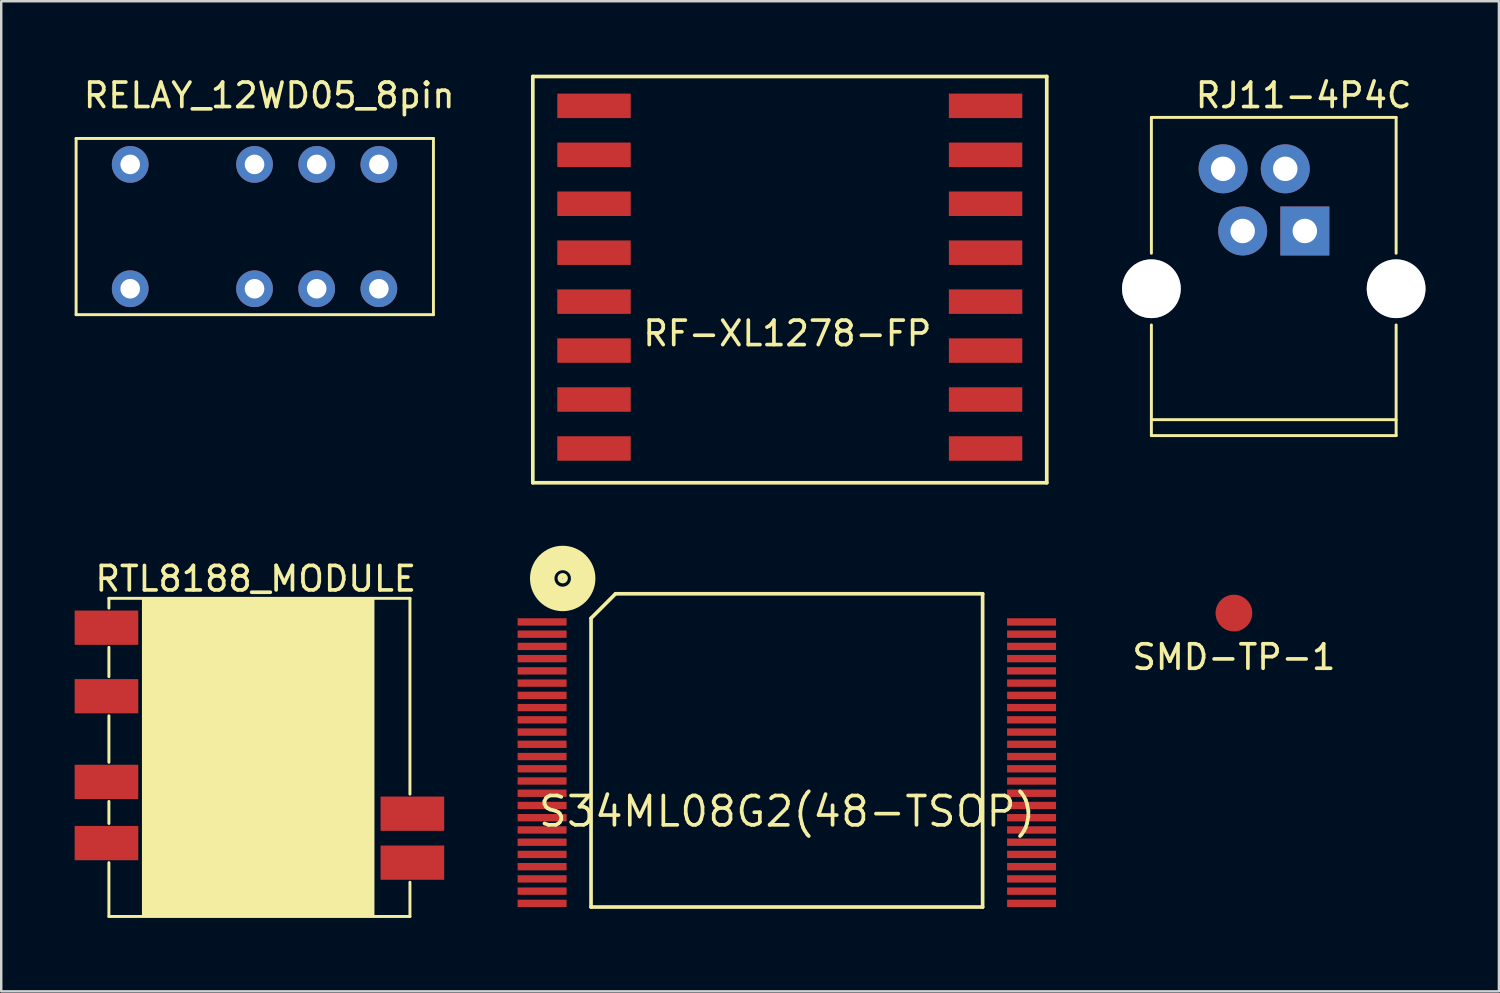
<source format=kicad_pcb>
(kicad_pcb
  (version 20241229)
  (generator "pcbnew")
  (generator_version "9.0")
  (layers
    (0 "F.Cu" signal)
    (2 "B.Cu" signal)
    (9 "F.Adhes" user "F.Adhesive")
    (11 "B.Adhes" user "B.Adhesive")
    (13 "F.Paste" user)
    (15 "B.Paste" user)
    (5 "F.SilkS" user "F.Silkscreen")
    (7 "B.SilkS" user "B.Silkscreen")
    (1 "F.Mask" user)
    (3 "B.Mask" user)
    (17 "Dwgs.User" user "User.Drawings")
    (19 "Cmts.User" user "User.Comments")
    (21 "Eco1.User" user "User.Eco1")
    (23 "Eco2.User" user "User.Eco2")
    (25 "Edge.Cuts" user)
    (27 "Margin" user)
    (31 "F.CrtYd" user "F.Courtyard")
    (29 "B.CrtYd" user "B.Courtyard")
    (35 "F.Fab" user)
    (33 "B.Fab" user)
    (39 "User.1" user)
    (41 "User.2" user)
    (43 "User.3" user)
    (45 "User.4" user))
  (footprint "SMD-TP-1"
    (layer "F.Cu")
    (at 47.368 20)
    (property "Reference" "SMD-TP-1" (at 0 3.8 0) (layer "F.SilkS") (effects (font (size 1 1) (thickness 0.15))))
    (attr through_hole)
    (pad "1" smd circle (at 0 2) (size 1.5 1.5) (layers "F.Cu" "F.Mask" "F.Paste")))
  (footprint "RJ11-4P4C"
    (layer "F.Cu")
    (at 49.336 8.238)
    (property "Reference" "RJ11-4P4C" (at 0.88 -7.39 0) (layer "F.SilkS") (effects (font (size 1 1) (thickness 0.15))))
    (attr through_hole)
    (fp_line (start -5.34 -6.49) (end 4.66 -6.49) (stroke (width 0.12) (type solid)) (layer "F.SilkS"))
    (fp_line (start -5.34 -0.94) (end -5.34 -6.49) (stroke (width 0.12) (type solid)) (layer "F.SilkS"))
    (fp_line (start -5.34 5.86) (end 4.66 5.86) (stroke (width 0.12) (type solid)) (layer "F.SilkS"))
    (fp_line (start -5.34 6.51) (end -5.34 1.99) (stroke (width 0.12) (type solid)) (layer "F.SilkS"))
    (fp_line (start -5.34 6.51) (end 4.66 6.51) (stroke (width 0.12) (type solid)) (layer "F.SilkS"))
    (fp_line (start 4.66 -0.94) (end 4.66 -6.49) (stroke (width 0.12) (type solid)) (layer "F.SilkS"))
    (fp_line (start 4.66 6.51) (end 4.66 1.99) (stroke (width 0.12) (type solid)) (layer "F.SilkS"))
    (pad "" thru_hole circle (at -5.34 0.51) (size 2.4 2.4) (drill 2.4) (layers "*.Cu" "*.Mask"))
    (pad "" thru_hole circle (at 4.66 0.51) (size 2.4 2.4) (drill 2.4) (layers "*.Cu" "*.Mask"))
    (pad "1" thru_hole rect (at 0.93 -1.85) (size 2 2) (drill 1) (layers "*.Cu" "*.Mask"))
    (pad "2" thru_hole circle (at 0.13 -4.39) (size 2 2) (drill 1) (layers "*.Cu" "*.Mask"))
    (pad "3" thru_hole circle (at -1.61 -1.85) (size 2 2) (drill 1) (layers "*.Cu" "*.Mask"))
    (pad "4" thru_hole circle (at -2.41 -4.39) (size 2 2) (drill 1) (layers "*.Cu" "*.Mask")))
  (footprint "S34ML08G2(48-TSOP)"
    (layer "F.Cu")
    (at 29.032 27.776)
    (property "Reference" "S34ML08G2(48-TSOP)" (at 0.08 2.33 180) (layer "F.SilkS") (effects (font (size 1.2 1.2) (thickness 0.15))))
    (attr through_hole)
    (fp_line (start -7.932 -5.564) (end -7.932 6.236) (stroke (width 0.15) (type solid)) (layer "F.SilkS"))
    (fp_line (start -7.932 6.236) (end 8.068 6.236) (stroke (width 0.15) (type solid)) (layer "F.SilkS"))
    (fp_line (start -6.932 -6.564) (end -7.932 -5.564) (stroke (width 0.15) (type solid)) (layer "F.SilkS"))
    (fp_line (start 8.068 -6.564) (end -6.932 -6.564) (stroke (width 0.15) (type solid)) (layer "F.SilkS"))
    (fp_line (start 8.068 6.236) (end 8.068 -6.564) (stroke (width 0.15) (type solid)) (layer "F.SilkS"))
    (fp_circle (center -9.09 -7.2) (end -9.04 -7.1) (stroke (width 0.2) (type solid)) (fill no) (layer "F.SilkS"))
    (fp_circle (center -9.09 -7.19) (end -8.92 -6.9) (stroke (width 1) (type solid)) (fill no) (layer "F.SilkS"))
    (pad "1" smd rect (at -9.932 -5.414 270) (size 0.3 2) (layers "F.Cu" "F.Mask" "F.Paste"))
    (pad "2" smd rect (at -9.932 -4.914 270) (size 0.3 2) (layers "F.Cu" "F.Mask" "F.Paste"))
    (pad "3" smd rect (at -9.932 -4.414 270) (size 0.3 2) (layers "F.Cu" "F.Mask" "F.Paste"))
    (pad "4" smd rect (at -9.932 -3.914 270) (size 0.3 2) (layers "F.Cu" "F.Mask" "F.Paste"))
    (pad "5" smd rect (at -9.932 -3.414 270) (size 0.3 2) (layers "F.Cu" "F.Mask" "F.Paste"))
    (pad "6" smd rect (at -9.932 -2.914 270) (size 0.3 2) (layers "F.Cu" "F.Mask" "F.Paste"))
    (pad "7" smd rect (at -9.932 -2.414 270) (size 0.3 2) (layers "F.Cu" "F.Mask" "F.Paste"))
    (pad "8" smd rect (at -9.932 -1.914 270) (size 0.3 2) (layers "F.Cu" "F.Mask" "F.Paste"))
    (pad "9" smd rect (at -9.932 -1.414 270) (size 0.3 2) (layers "F.Cu" "F.Mask" "F.Paste"))
    (pad "10" smd rect (at -9.932 -0.914 270) (size 0.3 2) (layers "F.Cu" "F.Mask" "F.Paste"))
    (pad "11" smd rect (at -9.932 -0.414 270) (size 0.3 2) (layers "F.Cu" "F.Mask" "F.Paste"))
    (pad "12" smd rect (at -9.932 0.086 270) (size 0.3 2) (layers "F.Cu" "F.Mask" "F.Paste"))
    (pad "13" smd rect (at -9.932 0.586 270) (size 0.3 2) (layers "F.Cu" "F.Mask" "F.Paste"))
    (pad "14" smd rect (at -9.932 1.086 270) (size 0.3 2) (layers "F.Cu" "F.Mask" "F.Paste"))
    (pad "15" smd rect (at -9.932 1.586 270) (size 0.3 2) (layers "F.Cu" "F.Mask" "F.Paste"))
    (pad "16" smd rect (at -9.932 2.086 270) (size 0.3 2) (layers "F.Cu" "F.Mask" "F.Paste"))
    (pad "17" smd rect (at -9.932 2.586 270) (size 0.3 2) (layers "F.Cu" "F.Mask" "F.Paste"))
    (pad "18" smd rect (at -9.932 3.086 270) (size 0.3 2) (layers "F.Cu" "F.Mask" "F.Paste"))
    (pad "19" smd rect (at -9.932 3.586 270) (size 0.3 2) (layers "F.Cu" "F.Mask" "F.Paste"))
    (pad "20" smd rect (at -9.932 4.086 270) (size 0.3 2) (layers "F.Cu" "F.Mask" "F.Paste"))
    (pad "21" smd rect (at -9.932 4.586 270) (size 0.3 2) (layers "F.Cu" "F.Mask" "F.Paste"))
    (pad "22" smd rect (at -9.932 5.086 270) (size 0.3 2) (layers "F.Cu" "F.Mask" "F.Paste"))
    (pad "23" smd rect (at -9.932 5.586 270) (size 0.3 2) (layers "F.Cu" "F.Mask" "F.Paste"))
    (pad "24" smd rect (at -9.932 6.086 270) (size 0.3 2) (layers "F.Cu" "F.Mask" "F.Paste"))
    (pad "25" smd rect (at 10.068 6.086 270) (size 0.3 2) (layers "F.Cu" "F.Mask" "F.Paste"))
    (pad "26" smd rect (at 10.068 5.586 270) (size 0.3 2) (layers "F.Cu" "F.Mask" "F.Paste"))
    (pad "27" smd rect (at 10.068 5.086 270) (size 0.3 2) (layers "F.Cu" "F.Mask" "F.Paste"))
    (pad "28" smd rect (at 10.068 4.586 270) (size 0.3 2) (layers "F.Cu" "F.Mask" "F.Paste"))
    (pad "29" smd rect (at 10.068 4.086 270) (size 0.3 2) (layers "F.Cu" "F.Mask" "F.Paste"))
    (pad "30" smd rect (at 10.068 3.586 270) (size 0.3 2) (layers "F.Cu" "F.Mask" "F.Paste"))
    (pad "31" smd rect (at 10.068 3.086 270) (size 0.3 2) (layers "F.Cu" "F.Mask" "F.Paste"))
    (pad "32" smd rect (at 10.068 2.586 270) (size 0.3 2) (layers "F.Cu" "F.Mask" "F.Paste"))
    (pad "33" smd rect (at 10.068 2.086 270) (size 0.3 2) (layers "F.Cu" "F.Mask" "F.Paste"))
    (pad "34" smd rect (at 10.068 1.586 270) (size 0.3 2) (layers "F.Cu" "F.Mask" "F.Paste"))
    (pad "35" smd rect (at 10.068 1.086 270) (size 0.3 2) (layers "F.Cu" "F.Mask" "F.Paste"))
    (pad "36" smd rect (at 10.068 0.586 270) (size 0.3 2) (layers "F.Cu" "F.Mask" "F.Paste"))
    (pad "37" smd rect (at 10.068 0.086 270) (size 0.3 2) (layers "F.Cu" "F.Mask" "F.Paste"))
    (pad "38" smd rect (at 10.068 -0.414 270) (size 0.3 2) (layers "F.Cu" "F.Mask" "F.Paste"))
    (pad "39" smd rect (at 10.068 -0.914 270) (size 0.3 2) (layers "F.Cu" "F.Mask" "F.Paste"))
    (pad "40" smd rect (at 10.068 -1.414 270) (size 0.3 2) (layers "F.Cu" "F.Mask" "F.Paste"))
    (pad "41" smd rect (at 10.068 -1.914 270) (size 0.3 2) (layers "F.Cu" "F.Mask" "F.Paste"))
    (pad "42" smd rect (at 10.068 -2.414 270) (size 0.3 2) (layers "F.Cu" "F.Mask" "F.Paste"))
    (pad "43" smd rect (at 10.068 -2.914 270) (size 0.3 2) (layers "F.Cu" "F.Mask" "F.Paste"))
    (pad "44" smd rect (at 10.068 -3.414 270) (size 0.3 2) (layers "F.Cu" "F.Mask" "F.Paste"))
    (pad "45" smd rect (at 10.068 -3.914 270) (size 0.3 2) (layers "F.Cu" "F.Mask" "F.Paste"))
    (pad "46" smd rect (at 10.068 -4.414 270) (size 0.3 2) (layers "F.Cu" "F.Mask" "F.Paste"))
    (pad "47" smd rect (at 10.068 -4.914 270) (size 0.3 2) (layers "F.Cu" "F.Mask" "F.Paste"))
    (pad "48" smd rect (at 10.068 -5.414 270) (size 0.3 2) (layers "F.Cu" "F.Mask" "F.Paste")))
  (footprint "RF-XL1278-FP"
    (layer "F.Cu")
    (at 37.221 15.275)
    (property "Reference" "RF-XL1278-FP" (at -8.1 -4.7 0) (layer "F.SilkS") (effects (font (size 1 1) (thickness 0.15))))
    (attr through_hole)
    (fp_line (start -18.5 -15.2) (end -18.5 1.4) (stroke (width 0.15) (type solid)) (layer "F.SilkS"))
    (fp_line (start 2.5 -15.2) (end -18.5 -15.2) (stroke (width 0.15) (type solid)) (layer "F.SilkS"))
    (fp_line (start 2.5 -15.2) (end 2.5 1.4) (stroke (width 0.15) (type solid)) (layer "F.SilkS"))
    (fp_line (start 2.5 1.4) (end -18.5 1.4) (stroke (width 0.15) (type solid)) (layer "F.SilkS"))
    (pad "1" smd rect (at 0 0) (size 3 1) (layers "F.Cu" "F.Paste"))
    (pad "2" smd rect (at 0 -2) (size 3 1) (layers "F.Cu" "F.Paste"))
    (pad "3" smd rect (at 0 -4) (size 3 1) (layers "F.Cu" "F.Paste"))
    (pad "4" smd rect (at 0 -6) (size 3 1) (layers "F.Cu" "F.Paste"))
    (pad "5" smd rect (at 0 -8) (size 3 1) (layers "F.Cu" "F.Paste"))
    (pad "6" smd rect (at 0 -10) (size 3 1) (layers "F.Cu" "F.Paste"))
    (pad "7" smd rect (at 0 -12) (size 3 1) (layers "F.Cu" "F.Paste"))
    (pad "8" smd rect (at 0 -14) (size 3 1) (layers "F.Cu" "F.Paste"))
    (pad "9" smd rect (at -16 -14) (size 3 1) (layers "F.Cu" "F.Paste"))
    (pad "10" smd rect (at -16 -12) (size 3 1) (layers "F.Cu" "F.Paste"))
    (pad "11" smd rect (at -16 -10) (size 3 1) (layers "F.Cu" "F.Paste"))
    (pad "12" smd rect (at -16 -8) (size 3 1) (layers "F.Cu" "F.Paste"))
    (pad "13" smd rect (at -16 -6) (size 3 1) (layers "F.Cu" "F.Paste"))
    (pad "14" smd rect (at -16 -4) (size 3 1) (layers "F.Cu" "F.Paste"))
    (pad "15" smd rect (at -16 -2) (size 3 1) (layers "F.Cu" "F.Paste"))
    (pad "16" smd rect (at -16 0) (size 3 1) (layers "F.Cu" "F.Paste")))
  (footprint "RELAY_12WD05_8pin"
    (layer "F.Cu")
    (at 7.95 6.138)
    (property "Reference" "RELAY_12WD05_8pin" (at 0 -5.29 0) (layer "F.SilkS") (effects (font (size 1 1) (thickness 0.15))))
    (attr through_hole)
    (fp_line (start -7.89 -3.53) (end 6.71 -3.53) (stroke (width 0.12) (type solid)) (layer "F.SilkS"))
    (fp_line (start -7.89 3.67) (end -7.89 -3.53) (stroke (width 0.12) (type solid)) (layer "F.SilkS"))
    (fp_line (start -7.89 3.67) (end 6.71 3.67) (stroke (width 0.12) (type solid)) (layer "F.SilkS"))
    (fp_line (start 6.71 3.67) (end 6.71 -3.53) (stroke (width 0.12) (type solid)) (layer "F.SilkS"))
    (pad "1" thru_hole circle (at -5.68 2.61) (size 1.5 1.5) (drill 0.8) (layers "*.Cu" "*.Mask"))
    (pad "3" thru_hole circle (at -0.6 2.61) (size 1.5 1.5) (drill 0.8) (layers "*.Cu" "*.Mask"))
    (pad "4" thru_hole circle (at 1.94 2.61) (size 1.5 1.5) (drill 0.8) (layers "*.Cu" "*.Mask"))
    (pad "5" thru_hole circle (at 4.48 2.61) (size 1.5 1.5) (drill 0.8) (layers "*.Cu" "*.Mask"))
    (pad "8" thru_hole circle (at 4.48 -2.47) (size 1.5 1.5) (drill 0.8) (layers "*.Cu" "*.Mask"))
    (pad "9" thru_hole circle (at 1.94 -2.47) (size 1.5 1.5) (drill 0.8) (layers "*.Cu" "*.Mask"))
    (pad "10" thru_hole circle (at -0.6 -2.47) (size 1.5 1.5) (drill 0.8) (layers "*.Cu" "*.Mask"))
    (pad "12" thru_hole circle (at -5.68 -2.47) (size 1.5 1.5) (drill 0.8) (layers "*.Cu" "*.Mask")))
  (footprint "RTL8188_MODULE"
    (layer "F.Cu")
    (at 7.4 21.298)
    (property "Reference" "RTL8188_MODULE" (at 0 -0.7 0) (layer "F.SilkS") (effects (font (size 1 1) (thickness 0.15))))
    (attr through_hole)
    (fp_line (start -6 0.1) (end 6.3 0.1) (stroke (width 0.12) (type solid)) (layer "F.SilkS"))
    (fp_line (start -6 0.5) (end -6 0.1) (stroke (width 0.12) (type solid)) (layer "F.SilkS"))
    (fp_line (start -6 3.3) (end -6 2.1) (stroke (width 0.12) (type solid)) (layer "F.SilkS"))
    (fp_line (start -6 6.8) (end -6 4.9) (stroke (width 0.12) (type solid)) (layer "F.SilkS"))
    (fp_line (start -6 9.3) (end -6 8.4) (stroke (width 0.12) (type solid)) (layer "F.SilkS"))
    (fp_line (start -6 13.1) (end -6 10.9) (stroke (width 0.12) (type solid)) (layer "F.SilkS"))
    (fp_line (start -6 13.1) (end 6.3 13.1) (stroke (width 0.12) (type solid)) (layer "F.SilkS"))
    (fp_line (start 6.3 8.1) (end 6.3 0.1) (stroke (width 0.12) (type solid)) (layer "F.SilkS"))
    (fp_line (start 6.3 13.1) (end 6.3 11.7) (stroke (width 0.12) (type solid)) (layer "F.SilkS"))
    (pad "" smd rect (at 0.1 6.6) (size 9.5 13) (layers "F.SilkS"))
    (pad "1" smd rect (at -6.1 1.3) (size 2.6 1.4) (layers "F.Cu" "F.Mask" "F.Paste"))
    (pad "2" smd rect (at -6.1 4.1) (size 2.6 1.4) (layers "F.Cu" "F.Mask" "F.Paste"))
    (pad "3" smd rect (at -6.1 7.6) (size 2.6 1.4) (layers "F.Cu" "F.Mask" "F.Paste"))
    (pad "4" smd rect (at -6.1 10.1) (size 2.6 1.4) (layers "F.Cu" "F.Mask" "F.Paste"))
    (pad "5" smd rect (at 6.4 10.9) (size 2.6 1.4) (layers "F.Cu" "F.Mask" "F.Paste"))
    (pad "6" smd rect (at 6.4 8.9) (size 2.6 1.4) (layers "F.Cu" "F.Mask" "F.Paste")))
  (gr_rect
    (start -3 -3)
    (end 58.196 37.458)
    (stroke (width 0.1) (type default))
    (fill no)
    (layer "Edge.Cuts")))
</source>
